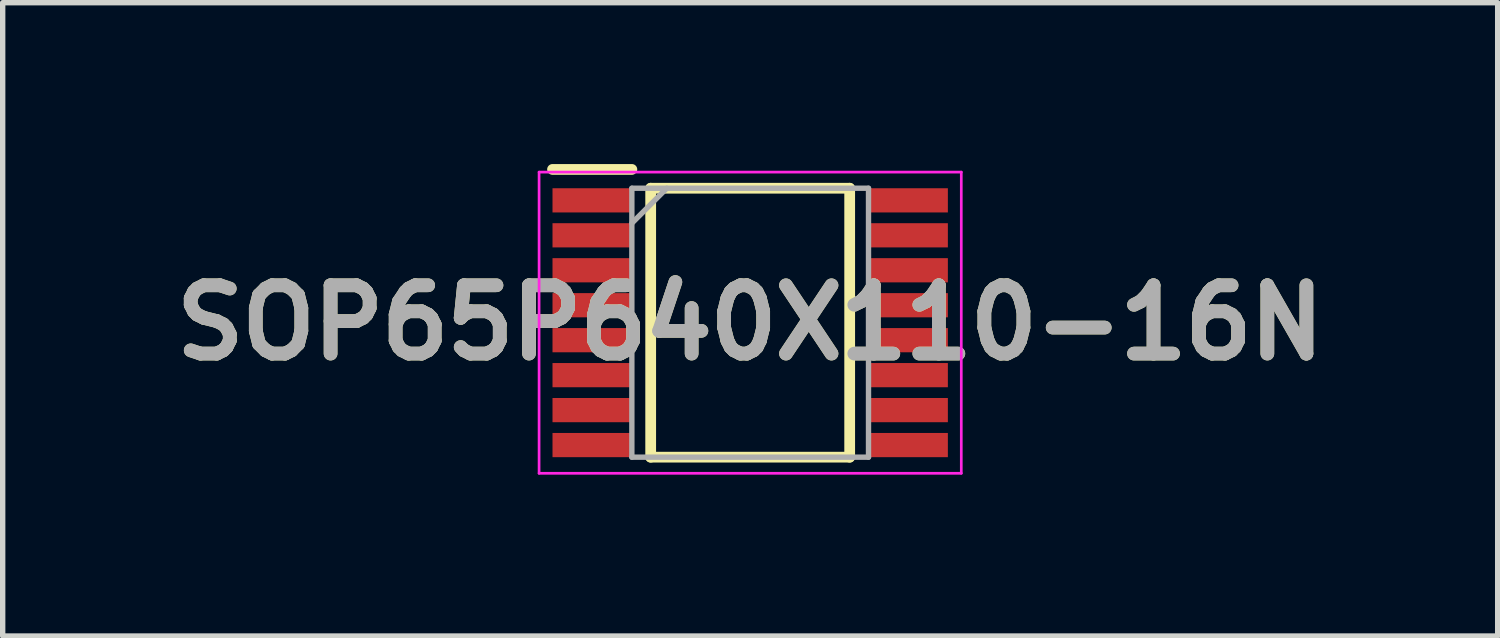
<source format=kicad_pcb>
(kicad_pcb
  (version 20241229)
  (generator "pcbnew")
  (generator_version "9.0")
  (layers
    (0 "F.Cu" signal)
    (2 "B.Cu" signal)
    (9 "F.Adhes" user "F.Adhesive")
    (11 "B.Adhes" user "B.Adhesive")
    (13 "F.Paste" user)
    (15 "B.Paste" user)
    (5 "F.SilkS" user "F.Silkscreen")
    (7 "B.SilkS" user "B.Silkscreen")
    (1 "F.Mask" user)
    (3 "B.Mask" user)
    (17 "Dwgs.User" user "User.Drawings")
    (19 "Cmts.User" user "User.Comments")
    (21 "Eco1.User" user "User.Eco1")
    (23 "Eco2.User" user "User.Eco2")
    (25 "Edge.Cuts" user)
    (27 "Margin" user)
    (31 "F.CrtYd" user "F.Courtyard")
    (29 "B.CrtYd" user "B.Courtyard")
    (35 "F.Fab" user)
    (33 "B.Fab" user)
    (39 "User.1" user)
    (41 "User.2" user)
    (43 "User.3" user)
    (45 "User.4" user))
  (footprint "SOP65P640X110-16N"
    (layer "F.Cu")
    (at 10.898 2.95)
    (property "Reference" "SOP65P640X110-16N" (at 0 0 0) (layer "F.SilkS") (effects (font (size 1.27 1.27) (thickness 0.254))))
    (attr smd)
    (fp_line (start -3.675 -2.85) (end -2.2 -2.85) (stroke (width 0.2) (type solid)) (layer "F.SilkS"))
    (fp_line (start -1.85 -2.5) (end 1.85 -2.5) (stroke (width 0.2) (type solid)) (layer "F.SilkS"))
    (fp_line (start -1.85 2.5) (end -1.85 -2.5) (stroke (width 0.2) (type solid)) (layer "F.SilkS"))
    (fp_line (start 1.85 -2.5) (end 1.85 2.5) (stroke (width 0.2) (type solid)) (layer "F.SilkS"))
    (fp_line (start 1.85 2.5) (end -1.85 2.5) (stroke (width 0.2) (type solid)) (layer "F.SilkS"))
    (fp_line (start -3.925 -2.8) (end 3.925 -2.8) (stroke (width 0.05) (type solid)) (layer "F.CrtYd"))
    (fp_line (start -3.925 2.8) (end -3.925 -2.8) (stroke (width 0.05) (type solid)) (layer "F.CrtYd"))
    (fp_line (start 3.925 -2.8) (end 3.925 2.8) (stroke (width 0.05) (type solid)) (layer "F.CrtYd"))
    (fp_line (start 3.925 2.8) (end -3.925 2.8) (stroke (width 0.05) (type solid)) (layer "F.CrtYd"))
    (fp_line (start -2.2 -2.5) (end 2.2 -2.5) (stroke (width 0.1) (type solid)) (layer "F.Fab"))
    (fp_line (start -2.2 -1.85) (end -1.55 -2.5) (stroke (width 0.1) (type solid)) (layer "F.Fab"))
    (fp_line (start -2.2 2.5) (end -2.2 -2.5) (stroke (width 0.1) (type solid)) (layer "F.Fab"))
    (fp_line (start 2.2 -2.5) (end 2.2 2.5) (stroke (width 0.1) (type solid)) (layer "F.Fab"))
    (fp_line (start 2.2 2.5) (end -2.2 2.5) (stroke (width 0.1) (type solid)) (layer "F.Fab"))
    (fp_text user "${REFERENCE}" (at 0 0 0) (layer "F.Fab") (effects (font (size 1.27 1.27) (thickness 0.254))))
    (pad "1" smd rect (at -2.938 -2.275 90) (size 0.45 1.475) (layers "F.Cu" "F.Mask" "F.Paste"))
    (pad "2" smd rect (at -2.938 -1.625 90) (size 0.45 1.475) (layers "F.Cu" "F.Mask" "F.Paste"))
    (pad "3" smd rect (at -2.938 -0.975 90) (size 0.45 1.475) (layers "F.Cu" "F.Mask" "F.Paste"))
    (pad "4" smd rect (at -2.938 -0.325 90) (size 0.45 1.475) (layers "F.Cu" "F.Mask" "F.Paste"))
    (pad "5" smd rect (at -2.938 0.325 90) (size 0.45 1.475) (layers "F.Cu" "F.Mask" "F.Paste"))
    (pad "6" smd rect (at -2.938 0.975 90) (size 0.45 1.475) (layers "F.Cu" "F.Mask" "F.Paste"))
    (pad "7" smd rect (at -2.938 1.625 90) (size 0.45 1.475) (layers "F.Cu" "F.Mask" "F.Paste"))
    (pad "8" smd rect (at -2.938 2.275 90) (size 0.45 1.475) (layers "F.Cu" "F.Mask" "F.Paste"))
    (pad "9" smd rect (at 2.938 2.275 90) (size 0.45 1.475) (layers "F.Cu" "F.Mask" "F.Paste"))
    (pad "10" smd rect (at 2.938 1.625 90) (size 0.45 1.475) (layers "F.Cu" "F.Mask" "F.Paste"))
    (pad "11" smd rect (at 2.938 0.975 90) (size 0.45 1.475) (layers "F.Cu" "F.Mask" "F.Paste"))
    (pad "12" smd rect (at 2.938 0.325 90) (size 0.45 1.475) (layers "F.Cu" "F.Mask" "F.Paste"))
    (pad "13" smd rect (at 2.938 -0.325 90) (size 0.45 1.475) (layers "F.Cu" "F.Mask" "F.Paste"))
    (pad "14" smd rect (at 2.938 -0.975 90) (size 0.45 1.475) (layers "F.Cu" "F.Mask" "F.Paste"))
    (pad "15" smd rect (at 2.938 -1.625 90) (size 0.45 1.475) (layers "F.Cu" "F.Mask" "F.Paste"))
    (pad "16" smd rect (at 2.938 -2.275 90) (size 0.45 1.475) (layers "F.Cu" "F.Mask" "F.Paste")))
  (gr_rect
    (start -3 -3)
    (end 24.796 8.775)
    (stroke (width 0.1) (type default))
    (fill no)
    (layer "Edge.Cuts")))
</source>
